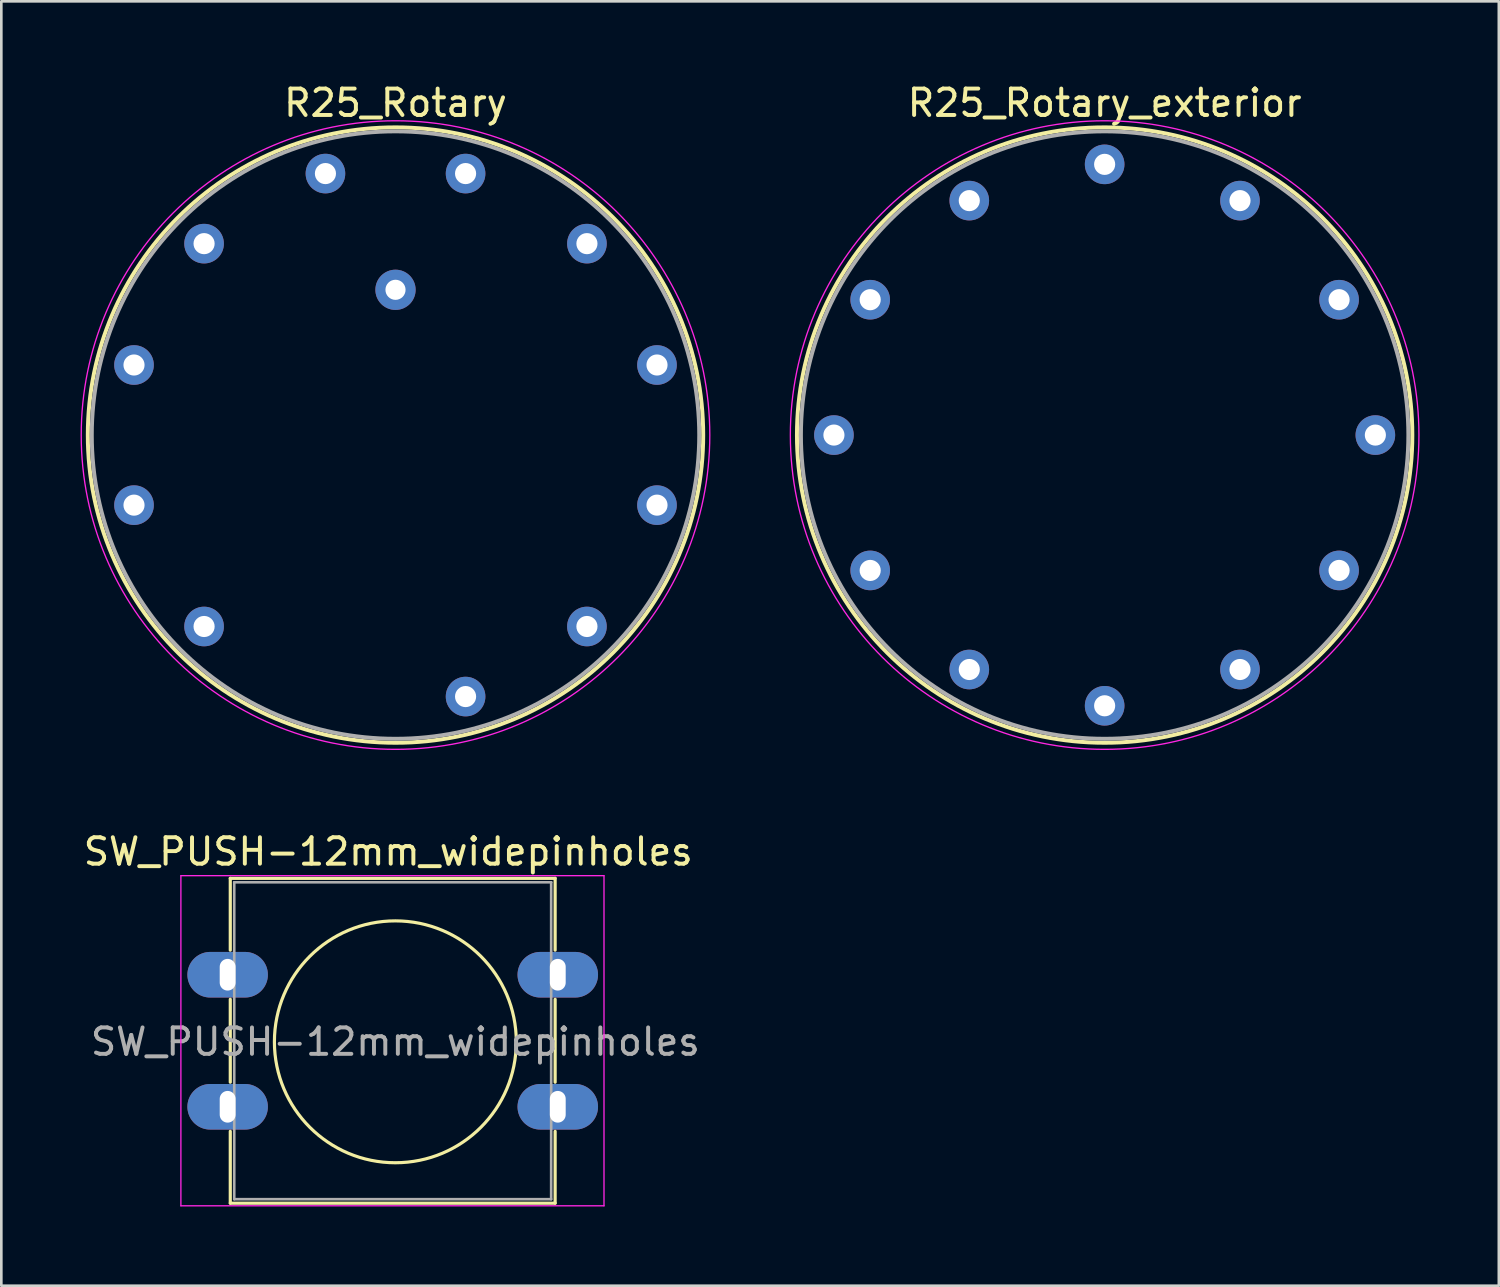
<source format=kicad_pcb>
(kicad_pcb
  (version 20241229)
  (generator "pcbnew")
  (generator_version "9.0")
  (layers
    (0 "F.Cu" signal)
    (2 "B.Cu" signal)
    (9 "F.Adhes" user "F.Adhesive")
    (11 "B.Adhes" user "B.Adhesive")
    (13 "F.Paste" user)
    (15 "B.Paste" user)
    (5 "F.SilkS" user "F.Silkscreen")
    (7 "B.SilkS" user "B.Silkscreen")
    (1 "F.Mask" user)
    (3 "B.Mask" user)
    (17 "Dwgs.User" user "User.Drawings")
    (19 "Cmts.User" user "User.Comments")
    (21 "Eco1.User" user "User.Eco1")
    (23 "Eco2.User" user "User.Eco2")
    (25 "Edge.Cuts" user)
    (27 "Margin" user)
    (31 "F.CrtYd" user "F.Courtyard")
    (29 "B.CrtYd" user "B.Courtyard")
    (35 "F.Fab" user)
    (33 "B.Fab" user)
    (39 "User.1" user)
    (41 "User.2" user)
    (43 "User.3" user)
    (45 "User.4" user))
  (footprint "R25_Rotary"
    (layer "F.Cu")
    (at 11.925 13.423)
    (property "Reference" "R25_Rotary" (at 0 -12.575 0) (layer "F.SilkS") (effects (font (size 1 1) (thickness 0.15))))
    (attr through_hole)
    (fp_circle (center 0 0) (end 0 11.65) (stroke (width 0.15) (type solid)) (fill no) (layer "F.SilkS"))
    (fp_circle (center 0 0) (end 0 11.9) (stroke (width 0.05) (type solid)) (fill no) (layer "F.CrtYd"))
    (fp_circle (center 0 0) (end 0 11.5) (stroke (width 0.15) (type solid)) (fill no) (layer "F.Fab"))
    (pad "1" thru_hole oval (at -7.248 7.248) (size 1.5 1.5) (drill 0.8) (layers "*.Cu" "*.Mask"))
    (pad "2" thru_hole oval (at -9.901 2.653) (size 1.5 1.5) (drill 0.8) (layers "*.Cu" "*.Mask"))
    (pad "3" thru_hole oval (at -9.901 -2.653) (size 1.5 1.5) (drill 0.8) (layers "*.Cu" "*.Mask"))
    (pad "4" thru_hole oval (at -7.248 -7.248) (size 1.5 1.5) (drill 0.8) (layers "*.Cu" "*.Mask"))
    (pad "5" thru_hole oval (at -2.653 -9.901) (size 1.5 1.5) (drill 0.8) (layers "*.Cu" "*.Mask"))
    (pad "6" thru_hole oval (at 2.653 -9.901) (size 1.5 1.5) (drill 0.8) (layers "*.Cu" "*.Mask"))
    (pad "7" thru_hole oval (at 7.248 -7.248) (size 1.5 1.5) (drill 0.8) (layers "*.Cu" "*.Mask"))
    (pad "8" thru_hole oval (at 9.901 -2.653) (size 1.5 1.5) (drill 0.8) (layers "*.Cu" "*.Mask"))
    (pad "9" thru_hole oval (at 9.901 2.653) (size 1.5 1.5) (drill 0.8) (layers "*.Cu" "*.Mask"))
    (pad "10" thru_hole oval (at 7.248 7.248) (size 1.5 1.5) (drill 0.8) (layers "*.Cu" "*.Mask"))
    (pad "11" thru_hole oval (at 2.653 9.901) (size 1.5 1.5) (drill 0.8) (layers "*.Cu" "*.Mask"))
    (pad "13" thru_hole circle (at 0 -5.5) (size 1.524 1.524) (drill 0.762) (layers "*.Cu" "*.Mask")))
  (footprint "R25_Rotary_exterior"
    (layer "F.Cu")
    (at 38.775 13.423)
    (property "Reference" "R25_Rotary_exterior" (at 0 -12.575 0) (layer "F.SilkS") (effects (font (size 1 1) (thickness 0.15))))
    (attr through_hole)
    (fp_circle (center 0 0) (end 0 11.65) (stroke (width 0.15) (type solid)) (fill no) (layer "F.SilkS"))
    (fp_circle (center 0 0) (end 0 11.9) (stroke (width 0.05) (type solid)) (fill no) (layer "F.CrtYd"))
    (fp_circle (center 0 0) (end 0 11.5) (stroke (width 0.15) (type solid)) (fill no) (layer "F.Fab"))
    (pad "1" thru_hole oval (at 0 -10.25) (size 1.5 1.5) (drill 0.8) (layers "*.Cu" "*.Mask"))
    (pad "2" thru_hole oval (at 5.125 -8.877 330) (size 1.5 1.5) (drill 0.8) (layers "*.Cu" "*.Mask"))
    (pad "3" thru_hole oval (at 8.877 -5.125 300) (size 1.5 1.5) (drill 0.8) (layers "*.Cu" "*.Mask"))
    (pad "4" thru_hole oval (at 10.25 0 270) (size 1.5 1.5) (drill 0.8) (layers "*.Cu" "*.Mask"))
    (pad "5" thru_hole oval (at 8.877 5.125 240) (size 1.5 1.5) (drill 0.8) (layers "*.Cu" "*.Mask"))
    (pad "6" thru_hole oval (at 5.125 8.877 210) (size 1.5 1.5) (drill 0.8) (layers "*.Cu" "*.Mask"))
    (pad "7" thru_hole oval (at 0 10.25 180) (size 1.5 1.5) (drill 0.8) (layers "*.Cu" "*.Mask"))
    (pad "8" thru_hole oval (at -5.125 8.877 150) (size 1.5 1.5) (drill 0.8) (layers "*.Cu" "*.Mask"))
    (pad "9" thru_hole oval (at -8.877 5.125 120) (size 1.5 1.5) (drill 0.8) (layers "*.Cu" "*.Mask"))
    (pad "10" thru_hole oval (at -10.25 0 90) (size 1.5 1.5) (drill 0.8) (layers "*.Cu" "*.Mask"))
    (pad "11" thru_hole oval (at -8.877 -5.125 60) (size 1.5 1.5) (drill 0.8) (layers "*.Cu" "*.Mask"))
    (pad "12" thru_hole oval (at -5.125 -8.877 30) (size 1.5 1.5) (drill 0.8) (layers "*.Cu" "*.Mask")))
  (footprint "SW_PUSH-12mm_widepinholes"
    (layer "F.Cu")
    (at 5.569 33.856)
    (property "Reference" "SW_PUSH-12mm_widepinholes" (at 6.08 -4.66 0) (layer "F.SilkS") (effects (font (size 1 1) (thickness 0.15))))
    (attr through_hole)
    (fp_line (start 0.1 -3.65) (end 12.4 -3.65) (stroke (width 0.12) (type solid)) (layer "F.SilkS"))
    (fp_line (start 0.1 -0.93) (end 0.1 -3.65) (stroke (width 0.12) (type solid)) (layer "F.SilkS"))
    (fp_line (start 0.1 4.07) (end 0.1 0.93) (stroke (width 0.12) (type solid)) (layer "F.SilkS"))
    (fp_line (start 0.1 8.65) (end 0.1 5.93) (stroke (width 0.12) (type solid)) (layer "F.SilkS"))
    (fp_line (start 12.4 -3.65) (end 12.4 -0.93) (stroke (width 0.12) (type solid)) (layer "F.SilkS"))
    (fp_line (start 12.4 0.93) (end 12.4 4.07) (stroke (width 0.12) (type solid)) (layer "F.SilkS"))
    (fp_line (start 12.4 5.93) (end 12.4 8.65) (stroke (width 0.12) (type solid)) (layer "F.SilkS"))
    (fp_line (start 12.4 8.65) (end 0.1 8.65) (stroke (width 0.12) (type solid)) (layer "F.SilkS"))
    (fp_circle (center 6.35 2.54) (end 10.16 5.08) (stroke (width 0.12) (type solid)) (fill no) (layer "F.SilkS"))
    (fp_line (start -1.77 -3.75) (end -1.77 8.75) (stroke (width 0.05) (type solid)) (layer "F.CrtYd"))
    (fp_line (start -1.77 -3.75) (end 14.25 -3.75) (stroke (width 0.05) (type solid)) (layer "F.CrtYd"))
    (fp_line (start 14.25 8.75) (end -1.77 8.75) (stroke (width 0.05) (type solid)) (layer "F.CrtYd"))
    (fp_line (start 14.25 8.75) (end 14.25 -3.75) (stroke (width 0.05) (type solid)) (layer "F.CrtYd"))
    (fp_line (start 0.25 -3.5) (end 0.25 8.5) (stroke (width 0.1) (type solid)) (layer "F.Fab"))
    (fp_line (start 0.25 -3.5) (end 12.25 -3.5) (stroke (width 0.1) (type solid)) (layer "F.Fab"))
    (fp_line (start 0.25 8.5) (end 12.25 8.5) (stroke (width 0.1) (type solid)) (layer "F.Fab"))
    (fp_line (start 12.25 -3.5) (end 12.25 8.5) (stroke (width 0.1) (type solid)) (layer "F.Fab"))
    (fp_text user "${REFERENCE}" (at 6.35 2.54 0) (layer "F.Fab") (effects (font (size 1 1) (thickness 0.15))))
    (pad "1" thru_hole oval (at 0 0) (size 3.048 1.727) (drill oval 0.6 1.2) (layers "*.Cu" "*.Mask"))
    (pad "1" thru_hole oval (at 12.5 0) (size 3.048 1.727) (drill oval 0.6 1.2) (layers "*.Cu" "*.Mask"))
    (pad "2" thru_hole oval (at 0 5) (size 3.048 1.727) (drill oval 0.6 1.2) (layers "*.Cu" "*.Mask"))
    (pad "2" thru_hole oval (at 12.5 5) (size 3.048 1.727) (drill oval 0.6 1.2) (layers "*.Cu" "*.Mask")))
  (gr_rect
    (start -3 -3)
    (end 53.7 45.632)
    (stroke (width 0.1) (type default))
    (fill no)
    (layer "Edge.Cuts")))
</source>
